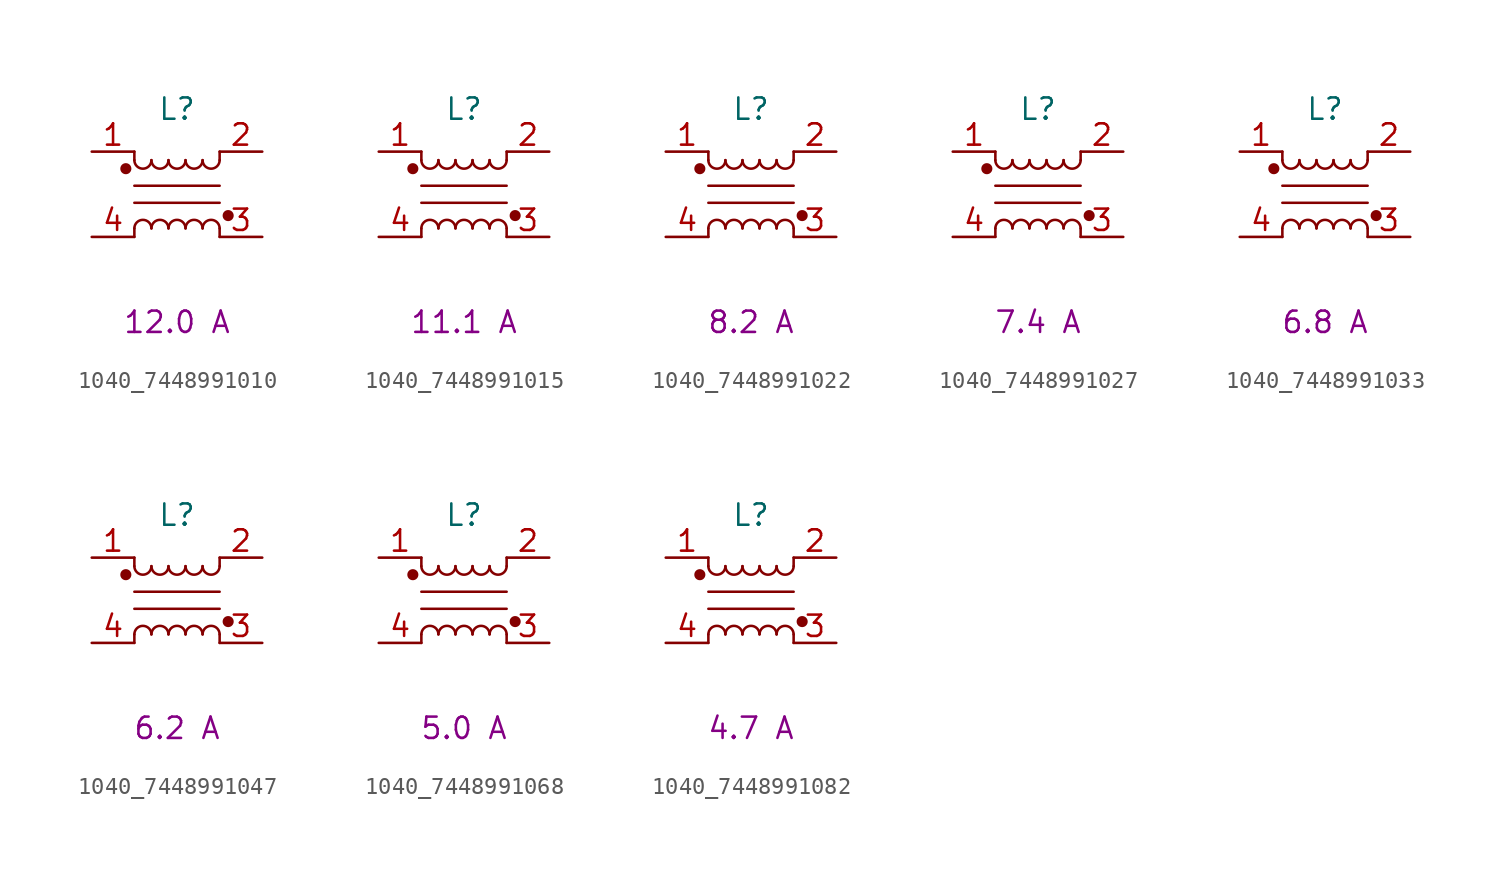
<source format=kicad_sym>
(kicad_symbol_lib
  (version 20220914)
  (generator kicad_symbol_editor)
  (symbol "1040_7448991010"
    (pin_names hide)
    (property "Reference" "L"
      (at 0 5.08 0)
      (effects (font (size 1.27 1.27))))
    (property "Critical Parameter" "12.0 A"
      (at 0 -7.62 0)
      (effects (font (size 1.27 1.27))))
    (symbol "1040_7448991010_0_1"
      (circle (center -3.048 1.524) (radius 0.254) (stroke (width 0) (type default)) (fill (type outline)))
      (arc (start -2.54 2.032) (mid -2.032 1.5262) (end -1.524 2.032) (stroke (width 0) (type default)) (fill (type none)))
      (arc (start -1.524 -2.032) (mid -2.032 -1.5262) (end -2.54 -2.032) (stroke (width 0) (type default)) (fill (type none)))
      (arc (start -1.524 2.032) (mid -1.016 1.5262) (end -0.508 2.032) (stroke (width 0) (type default)) (fill (type none)))
      (arc (start -0.508 -2.032) (mid -1.016 -1.5262) (end -1.524 -2.032) (stroke (width 0) (type default)) (fill (type none)))
      (arc (start -0.508 2.032) (mid 0 1.5262) (end 0.508 2.032) (stroke (width 0) (type default)) (fill (type none)))
      (polyline (pts (xy -2.54 -2.032) (xy -2.54 -2.54)) (stroke (width 0) (type default)) (fill (type none)))
      (polyline (pts (xy -2.54 0.508) (xy 2.54 0.508)) (stroke (width 0) (type default)) (fill (type none)))
      (polyline (pts (xy -2.54 2.032) (xy -2.54 2.54)) (stroke (width 0) (type default)) (fill (type none)))
      (polyline (pts (xy 2.54 -2.032) (xy 2.54 -2.54)) (stroke (width 0) (type default)) (fill (type none)))
      (polyline (pts (xy 2.54 -0.508) (xy -2.54 -0.508)) (stroke (width 0) (type default)) (fill (type none)))
      (polyline (pts (xy 2.54 2.54) (xy 2.54 2.032)) (stroke (width 0) (type default)) (fill (type none)))
      (arc (start 0.508 -2.032) (mid 0 -1.5262) (end -0.508 -2.032) (stroke (width 0) (type default)) (fill (type none)))
      (arc (start 0.508 2.032) (mid 1.016 1.5262) (end 1.524 2.032) (stroke (width 0) (type default)) (fill (type none)))
      (arc (start 1.524 -2.032) (mid 1.016 -1.5262) (end 0.508 -2.032) (stroke (width 0) (type default)) (fill (type none)))
      (arc (start 1.524 2.032) (mid 2.032 1.5262) (end 2.54 2.032) (stroke (width 0) (type default)) (fill (type none)))
      (arc (start 2.54 -2.032) (mid 2.032 -1.5262) (end 1.524 -2.032) (stroke (width 0) (type default)) (fill (type none)))
      (circle (center 3.048 -1.27) (radius 0.254) (stroke (width 0) (type default)) (fill (type outline))))
    (symbol "1040_7448991010_1_1"
      (pin passive line (at -5.08 2.54 0) (length 2.54) (name "1" (effects (font (size 1.27 1.27)))) (number "1" (effects (font (size 1.27 1.27)))))
      (pin passive line (at 5.08 2.54 180) (length 2.54) (name "2" (effects (font (size 1.27 1.27)))) (number "2" (effects (font (size 1.27 1.27)))))
      (pin passive line (at 5.08 -2.54 180) (length 2.54) (name "3" (effects (font (size 1.27 1.27)))) (number "3" (effects (font (size 1.27 1.27)))))
      (pin passive line (at -5.08 -2.54 0) (length 2.54) (name "4" (effects (font (size 1.27 1.27)))) (number "4" (effects (font (size 1.27 1.27)))))))
  (symbol "1040_7448991015"
    (pin_names hide)
    (property "Reference" "L"
      (at 0 5.08 0)
      (effects (font (size 1.27 1.27))))
    (property "Critical Parameter" "11.1 A"
      (at 0 -7.62 0)
      (effects (font (size 1.27 1.27))))
    (symbol "1040_7448991015_0_1"
      (circle (center -3.048 1.524) (radius 0.254) (stroke (width 0) (type default)) (fill (type outline)))
      (arc (start -2.54 2.032) (mid -2.032 1.5262) (end -1.524 2.032) (stroke (width 0) (type default)) (fill (type none)))
      (arc (start -1.524 -2.032) (mid -2.032 -1.5262) (end -2.54 -2.032) (stroke (width 0) (type default)) (fill (type none)))
      (arc (start -1.524 2.032) (mid -1.016 1.5262) (end -0.508 2.032) (stroke (width 0) (type default)) (fill (type none)))
      (arc (start -0.508 -2.032) (mid -1.016 -1.5262) (end -1.524 -2.032) (stroke (width 0) (type default)) (fill (type none)))
      (arc (start -0.508 2.032) (mid 0 1.5262) (end 0.508 2.032) (stroke (width 0) (type default)) (fill (type none)))
      (polyline (pts (xy -2.54 -2.032) (xy -2.54 -2.54)) (stroke (width 0) (type default)) (fill (type none)))
      (polyline (pts (xy -2.54 0.508) (xy 2.54 0.508)) (stroke (width 0) (type default)) (fill (type none)))
      (polyline (pts (xy -2.54 2.032) (xy -2.54 2.54)) (stroke (width 0) (type default)) (fill (type none)))
      (polyline (pts (xy 2.54 -2.032) (xy 2.54 -2.54)) (stroke (width 0) (type default)) (fill (type none)))
      (polyline (pts (xy 2.54 -0.508) (xy -2.54 -0.508)) (stroke (width 0) (type default)) (fill (type none)))
      (polyline (pts (xy 2.54 2.54) (xy 2.54 2.032)) (stroke (width 0) (type default)) (fill (type none)))
      (arc (start 0.508 -2.032) (mid 0 -1.5262) (end -0.508 -2.032) (stroke (width 0) (type default)) (fill (type none)))
      (arc (start 0.508 2.032) (mid 1.016 1.5262) (end 1.524 2.032) (stroke (width 0) (type default)) (fill (type none)))
      (arc (start 1.524 -2.032) (mid 1.016 -1.5262) (end 0.508 -2.032) (stroke (width 0) (type default)) (fill (type none)))
      (arc (start 1.524 2.032) (mid 2.032 1.5262) (end 2.54 2.032) (stroke (width 0) (type default)) (fill (type none)))
      (arc (start 2.54 -2.032) (mid 2.032 -1.5262) (end 1.524 -2.032) (stroke (width 0) (type default)) (fill (type none)))
      (circle (center 3.048 -1.27) (radius 0.254) (stroke (width 0) (type default)) (fill (type outline))))
    (symbol "1040_7448991015_1_1"
      (pin passive line (at -5.08 2.54 0) (length 2.54) (name "1" (effects (font (size 1.27 1.27)))) (number "1" (effects (font (size 1.27 1.27)))))
      (pin passive line (at 5.08 2.54 180) (length 2.54) (name "2" (effects (font (size 1.27 1.27)))) (number "2" (effects (font (size 1.27 1.27)))))
      (pin passive line (at 5.08 -2.54 180) (length 2.54) (name "3" (effects (font (size 1.27 1.27)))) (number "3" (effects (font (size 1.27 1.27)))))
      (pin passive line (at -5.08 -2.54 0) (length 2.54) (name "4" (effects (font (size 1.27 1.27)))) (number "4" (effects (font (size 1.27 1.27)))))))
  (symbol "1040_7448991022"
    (pin_names hide)
    (property "Reference" "L"
      (at 0 5.08 0)
      (effects (font (size 1.27 1.27))))
    (property "Critical Parameter" "8.2 A"
      (at 0 -7.62 0)
      (effects (font (size 1.27 1.27))))
    (symbol "1040_7448991022_0_1"
      (circle (center -3.048 1.524) (radius 0.254) (stroke (width 0) (type default)) (fill (type outline)))
      (arc (start -2.54 2.032) (mid -2.032 1.5262) (end -1.524 2.032) (stroke (width 0) (type default)) (fill (type none)))
      (arc (start -1.524 -2.032) (mid -2.032 -1.5262) (end -2.54 -2.032) (stroke (width 0) (type default)) (fill (type none)))
      (arc (start -1.524 2.032) (mid -1.016 1.5262) (end -0.508 2.032) (stroke (width 0) (type default)) (fill (type none)))
      (arc (start -0.508 -2.032) (mid -1.016 -1.5262) (end -1.524 -2.032) (stroke (width 0) (type default)) (fill (type none)))
      (arc (start -0.508 2.032) (mid 0 1.5262) (end 0.508 2.032) (stroke (width 0) (type default)) (fill (type none)))
      (polyline (pts (xy -2.54 -2.032) (xy -2.54 -2.54)) (stroke (width 0) (type default)) (fill (type none)))
      (polyline (pts (xy -2.54 0.508) (xy 2.54 0.508)) (stroke (width 0) (type default)) (fill (type none)))
      (polyline (pts (xy -2.54 2.032) (xy -2.54 2.54)) (stroke (width 0) (type default)) (fill (type none)))
      (polyline (pts (xy 2.54 -2.032) (xy 2.54 -2.54)) (stroke (width 0) (type default)) (fill (type none)))
      (polyline (pts (xy 2.54 -0.508) (xy -2.54 -0.508)) (stroke (width 0) (type default)) (fill (type none)))
      (polyline (pts (xy 2.54 2.54) (xy 2.54 2.032)) (stroke (width 0) (type default)) (fill (type none)))
      (arc (start 0.508 -2.032) (mid 0 -1.5262) (end -0.508 -2.032) (stroke (width 0) (type default)) (fill (type none)))
      (arc (start 0.508 2.032) (mid 1.016 1.5262) (end 1.524 2.032) (stroke (width 0) (type default)) (fill (type none)))
      (arc (start 1.524 -2.032) (mid 1.016 -1.5262) (end 0.508 -2.032) (stroke (width 0) (type default)) (fill (type none)))
      (arc (start 1.524 2.032) (mid 2.032 1.5262) (end 2.54 2.032) (stroke (width 0) (type default)) (fill (type none)))
      (arc (start 2.54 -2.032) (mid 2.032 -1.5262) (end 1.524 -2.032) (stroke (width 0) (type default)) (fill (type none)))
      (circle (center 3.048 -1.27) (radius 0.254) (stroke (width 0) (type default)) (fill (type outline))))
    (symbol "1040_7448991022_1_1"
      (pin passive line (at -5.08 2.54 0) (length 2.54) (name "1" (effects (font (size 1.27 1.27)))) (number "1" (effects (font (size 1.27 1.27)))))
      (pin passive line (at 5.08 2.54 180) (length 2.54) (name "2" (effects (font (size 1.27 1.27)))) (number "2" (effects (font (size 1.27 1.27)))))
      (pin passive line (at 5.08 -2.54 180) (length 2.54) (name "3" (effects (font (size 1.27 1.27)))) (number "3" (effects (font (size 1.27 1.27)))))
      (pin passive line (at -5.08 -2.54 0) (length 2.54) (name "4" (effects (font (size 1.27 1.27)))) (number "4" (effects (font (size 1.27 1.27)))))))
  (symbol "1040_7448991027"
    (pin_names hide)
    (property "Reference" "L"
      (at 0 5.08 0)
      (effects (font (size 1.27 1.27))))
    (property "Critical Parameter" "7.4 A"
      (at 0 -7.62 0)
      (effects (font (size 1.27 1.27))))
    (symbol "1040_7448991027_0_1"
      (circle (center -3.048 1.524) (radius 0.254) (stroke (width 0) (type default)) (fill (type outline)))
      (arc (start -2.54 2.032) (mid -2.032 1.5262) (end -1.524 2.032) (stroke (width 0) (type default)) (fill (type none)))
      (arc (start -1.524 -2.032) (mid -2.032 -1.5262) (end -2.54 -2.032) (stroke (width 0) (type default)) (fill (type none)))
      (arc (start -1.524 2.032) (mid -1.016 1.5262) (end -0.508 2.032) (stroke (width 0) (type default)) (fill (type none)))
      (arc (start -0.508 -2.032) (mid -1.016 -1.5262) (end -1.524 -2.032) (stroke (width 0) (type default)) (fill (type none)))
      (arc (start -0.508 2.032) (mid 0 1.5262) (end 0.508 2.032) (stroke (width 0) (type default)) (fill (type none)))
      (polyline (pts (xy -2.54 -2.032) (xy -2.54 -2.54)) (stroke (width 0) (type default)) (fill (type none)))
      (polyline (pts (xy -2.54 0.508) (xy 2.54 0.508)) (stroke (width 0) (type default)) (fill (type none)))
      (polyline (pts (xy -2.54 2.032) (xy -2.54 2.54)) (stroke (width 0) (type default)) (fill (type none)))
      (polyline (pts (xy 2.54 -2.032) (xy 2.54 -2.54)) (stroke (width 0) (type default)) (fill (type none)))
      (polyline (pts (xy 2.54 -0.508) (xy -2.54 -0.508)) (stroke (width 0) (type default)) (fill (type none)))
      (polyline (pts (xy 2.54 2.54) (xy 2.54 2.032)) (stroke (width 0) (type default)) (fill (type none)))
      (arc (start 0.508 -2.032) (mid 0 -1.5262) (end -0.508 -2.032) (stroke (width 0) (type default)) (fill (type none)))
      (arc (start 0.508 2.032) (mid 1.016 1.5262) (end 1.524 2.032) (stroke (width 0) (type default)) (fill (type none)))
      (arc (start 1.524 -2.032) (mid 1.016 -1.5262) (end 0.508 -2.032) (stroke (width 0) (type default)) (fill (type none)))
      (arc (start 1.524 2.032) (mid 2.032 1.5262) (end 2.54 2.032) (stroke (width 0) (type default)) (fill (type none)))
      (arc (start 2.54 -2.032) (mid 2.032 -1.5262) (end 1.524 -2.032) (stroke (width 0) (type default)) (fill (type none)))
      (circle (center 3.048 -1.27) (radius 0.254) (stroke (width 0) (type default)) (fill (type outline))))
    (symbol "1040_7448991027_1_1"
      (pin passive line (at -5.08 2.54 0) (length 2.54) (name "1" (effects (font (size 1.27 1.27)))) (number "1" (effects (font (size 1.27 1.27)))))
      (pin passive line (at 5.08 2.54 180) (length 2.54) (name "2" (effects (font (size 1.27 1.27)))) (number "2" (effects (font (size 1.27 1.27)))))
      (pin passive line (at 5.08 -2.54 180) (length 2.54) (name "3" (effects (font (size 1.27 1.27)))) (number "3" (effects (font (size 1.27 1.27)))))
      (pin passive line (at -5.08 -2.54 0) (length 2.54) (name "4" (effects (font (size 1.27 1.27)))) (number "4" (effects (font (size 1.27 1.27)))))))
  (symbol "1040_7448991033"
    (pin_names hide)
    (property "Reference" "L"
      (at 0 5.08 0)
      (effects (font (size 1.27 1.27))))
    (property "Critical Parameter" "6.8 A"
      (at 0 -7.62 0)
      (effects (font (size 1.27 1.27))))
    (symbol "1040_7448991033_0_1"
      (circle (center -3.048 1.524) (radius 0.254) (stroke (width 0) (type default)) (fill (type outline)))
      (arc (start -2.54 2.032) (mid -2.032 1.5262) (end -1.524 2.032) (stroke (width 0) (type default)) (fill (type none)))
      (arc (start -1.524 -2.032) (mid -2.032 -1.5262) (end -2.54 -2.032) (stroke (width 0) (type default)) (fill (type none)))
      (arc (start -1.524 2.032) (mid -1.016 1.5262) (end -0.508 2.032) (stroke (width 0) (type default)) (fill (type none)))
      (arc (start -0.508 -2.032) (mid -1.016 -1.5262) (end -1.524 -2.032) (stroke (width 0) (type default)) (fill (type none)))
      (arc (start -0.508 2.032) (mid 0 1.5262) (end 0.508 2.032) (stroke (width 0) (type default)) (fill (type none)))
      (polyline (pts (xy -2.54 -2.032) (xy -2.54 -2.54)) (stroke (width 0) (type default)) (fill (type none)))
      (polyline (pts (xy -2.54 0.508) (xy 2.54 0.508)) (stroke (width 0) (type default)) (fill (type none)))
      (polyline (pts (xy -2.54 2.032) (xy -2.54 2.54)) (stroke (width 0) (type default)) (fill (type none)))
      (polyline (pts (xy 2.54 -2.032) (xy 2.54 -2.54)) (stroke (width 0) (type default)) (fill (type none)))
      (polyline (pts (xy 2.54 -0.508) (xy -2.54 -0.508)) (stroke (width 0) (type default)) (fill (type none)))
      (polyline (pts (xy 2.54 2.54) (xy 2.54 2.032)) (stroke (width 0) (type default)) (fill (type none)))
      (arc (start 0.508 -2.032) (mid 0 -1.5262) (end -0.508 -2.032) (stroke (width 0) (type default)) (fill (type none)))
      (arc (start 0.508 2.032) (mid 1.016 1.5262) (end 1.524 2.032) (stroke (width 0) (type default)) (fill (type none)))
      (arc (start 1.524 -2.032) (mid 1.016 -1.5262) (end 0.508 -2.032) (stroke (width 0) (type default)) (fill (type none)))
      (arc (start 1.524 2.032) (mid 2.032 1.5262) (end 2.54 2.032) (stroke (width 0) (type default)) (fill (type none)))
      (arc (start 2.54 -2.032) (mid 2.032 -1.5262) (end 1.524 -2.032) (stroke (width 0) (type default)) (fill (type none)))
      (circle (center 3.048 -1.27) (radius 0.254) (stroke (width 0) (type default)) (fill (type outline))))
    (symbol "1040_7448991033_1_1"
      (pin passive line (at -5.08 2.54 0) (length 2.54) (name "1" (effects (font (size 1.27 1.27)))) (number "1" (effects (font (size 1.27 1.27)))))
      (pin passive line (at 5.08 2.54 180) (length 2.54) (name "2" (effects (font (size 1.27 1.27)))) (number "2" (effects (font (size 1.27 1.27)))))
      (pin passive line (at 5.08 -2.54 180) (length 2.54) (name "3" (effects (font (size 1.27 1.27)))) (number "3" (effects (font (size 1.27 1.27)))))
      (pin passive line (at -5.08 -2.54 0) (length 2.54) (name "4" (effects (font (size 1.27 1.27)))) (number "4" (effects (font (size 1.27 1.27)))))))
  (symbol "1040_7448991047"
    (pin_names hide)
    (property "Reference" "L"
      (at 0 5.08 0)
      (effects (font (size 1.27 1.27))))
    (property "Critical Parameter" "6.2 A"
      (at 0 -7.62 0)
      (effects (font (size 1.27 1.27))))
    (symbol "1040_7448991047_0_1"
      (circle (center -3.048 1.524) (radius 0.254) (stroke (width 0) (type default)) (fill (type outline)))
      (arc (start -2.54 2.032) (mid -2.032 1.5262) (end -1.524 2.032) (stroke (width 0) (type default)) (fill (type none)))
      (arc (start -1.524 -2.032) (mid -2.032 -1.5262) (end -2.54 -2.032) (stroke (width 0) (type default)) (fill (type none)))
      (arc (start -1.524 2.032) (mid -1.016 1.5262) (end -0.508 2.032) (stroke (width 0) (type default)) (fill (type none)))
      (arc (start -0.508 -2.032) (mid -1.016 -1.5262) (end -1.524 -2.032) (stroke (width 0) (type default)) (fill (type none)))
      (arc (start -0.508 2.032) (mid 0 1.5262) (end 0.508 2.032) (stroke (width 0) (type default)) (fill (type none)))
      (polyline (pts (xy -2.54 -2.032) (xy -2.54 -2.54)) (stroke (width 0) (type default)) (fill (type none)))
      (polyline (pts (xy -2.54 0.508) (xy 2.54 0.508)) (stroke (width 0) (type default)) (fill (type none)))
      (polyline (pts (xy -2.54 2.032) (xy -2.54 2.54)) (stroke (width 0) (type default)) (fill (type none)))
      (polyline (pts (xy 2.54 -2.032) (xy 2.54 -2.54)) (stroke (width 0) (type default)) (fill (type none)))
      (polyline (pts (xy 2.54 -0.508) (xy -2.54 -0.508)) (stroke (width 0) (type default)) (fill (type none)))
      (polyline (pts (xy 2.54 2.54) (xy 2.54 2.032)) (stroke (width 0) (type default)) (fill (type none)))
      (arc (start 0.508 -2.032) (mid 0 -1.5262) (end -0.508 -2.032) (stroke (width 0) (type default)) (fill (type none)))
      (arc (start 0.508 2.032) (mid 1.016 1.5262) (end 1.524 2.032) (stroke (width 0) (type default)) (fill (type none)))
      (arc (start 1.524 -2.032) (mid 1.016 -1.5262) (end 0.508 -2.032) (stroke (width 0) (type default)) (fill (type none)))
      (arc (start 1.524 2.032) (mid 2.032 1.5262) (end 2.54 2.032) (stroke (width 0) (type default)) (fill (type none)))
      (arc (start 2.54 -2.032) (mid 2.032 -1.5262) (end 1.524 -2.032) (stroke (width 0) (type default)) (fill (type none)))
      (circle (center 3.048 -1.27) (radius 0.254) (stroke (width 0) (type default)) (fill (type outline))))
    (symbol "1040_7448991047_1_1"
      (pin passive line (at -5.08 2.54 0) (length 2.54) (name "1" (effects (font (size 1.27 1.27)))) (number "1" (effects (font (size 1.27 1.27)))))
      (pin passive line (at 5.08 2.54 180) (length 2.54) (name "2" (effects (font (size 1.27 1.27)))) (number "2" (effects (font (size 1.27 1.27)))))
      (pin passive line (at 5.08 -2.54 180) (length 2.54) (name "3" (effects (font (size 1.27 1.27)))) (number "3" (effects (font (size 1.27 1.27)))))
      (pin passive line (at -5.08 -2.54 0) (length 2.54) (name "4" (effects (font (size 1.27 1.27)))) (number "4" (effects (font (size 1.27 1.27)))))))
  (symbol "1040_7448991068"
    (pin_names hide)
    (property "Reference" "L"
      (at 0 5.08 0)
      (effects (font (size 1.27 1.27))))
    (property "Critical Parameter" "5.0 A"
      (at 0 -7.62 0)
      (effects (font (size 1.27 1.27))))
    (symbol "1040_7448991068_0_1"
      (circle (center -3.048 1.524) (radius 0.254) (stroke (width 0) (type default)) (fill (type outline)))
      (arc (start -2.54 2.032) (mid -2.032 1.5262) (end -1.524 2.032) (stroke (width 0) (type default)) (fill (type none)))
      (arc (start -1.524 -2.032) (mid -2.032 -1.5262) (end -2.54 -2.032) (stroke (width 0) (type default)) (fill (type none)))
      (arc (start -1.524 2.032) (mid -1.016 1.5262) (end -0.508 2.032) (stroke (width 0) (type default)) (fill (type none)))
      (arc (start -0.508 -2.032) (mid -1.016 -1.5262) (end -1.524 -2.032) (stroke (width 0) (type default)) (fill (type none)))
      (arc (start -0.508 2.032) (mid 0 1.5262) (end 0.508 2.032) (stroke (width 0) (type default)) (fill (type none)))
      (polyline (pts (xy -2.54 -2.032) (xy -2.54 -2.54)) (stroke (width 0) (type default)) (fill (type none)))
      (polyline (pts (xy -2.54 0.508) (xy 2.54 0.508)) (stroke (width 0) (type default)) (fill (type none)))
      (polyline (pts (xy -2.54 2.032) (xy -2.54 2.54)) (stroke (width 0) (type default)) (fill (type none)))
      (polyline (pts (xy 2.54 -2.032) (xy 2.54 -2.54)) (stroke (width 0) (type default)) (fill (type none)))
      (polyline (pts (xy 2.54 -0.508) (xy -2.54 -0.508)) (stroke (width 0) (type default)) (fill (type none)))
      (polyline (pts (xy 2.54 2.54) (xy 2.54 2.032)) (stroke (width 0) (type default)) (fill (type none)))
      (arc (start 0.508 -2.032) (mid 0 -1.5262) (end -0.508 -2.032) (stroke (width 0) (type default)) (fill (type none)))
      (arc (start 0.508 2.032) (mid 1.016 1.5262) (end 1.524 2.032) (stroke (width 0) (type default)) (fill (type none)))
      (arc (start 1.524 -2.032) (mid 1.016 -1.5262) (end 0.508 -2.032) (stroke (width 0) (type default)) (fill (type none)))
      (arc (start 1.524 2.032) (mid 2.032 1.5262) (end 2.54 2.032) (stroke (width 0) (type default)) (fill (type none)))
      (arc (start 2.54 -2.032) (mid 2.032 -1.5262) (end 1.524 -2.032) (stroke (width 0) (type default)) (fill (type none)))
      (circle (center 3.048 -1.27) (radius 0.254) (stroke (width 0) (type default)) (fill (type outline))))
    (symbol "1040_7448991068_1_1"
      (pin passive line (at -5.08 2.54 0) (length 2.54) (name "1" (effects (font (size 1.27 1.27)))) (number "1" (effects (font (size 1.27 1.27)))))
      (pin passive line (at 5.08 2.54 180) (length 2.54) (name "2" (effects (font (size 1.27 1.27)))) (number "2" (effects (font (size 1.27 1.27)))))
      (pin passive line (at 5.08 -2.54 180) (length 2.54) (name "3" (effects (font (size 1.27 1.27)))) (number "3" (effects (font (size 1.27 1.27)))))
      (pin passive line (at -5.08 -2.54 0) (length 2.54) (name "4" (effects (font (size 1.27 1.27)))) (number "4" (effects (font (size 1.27 1.27)))))))
  (symbol "1040_7448991082"
    (pin_names hide)
    (property "Reference" "L"
      (at 0 5.08 0)
      (effects (font (size 1.27 1.27))))
    (property "Critical Parameter" "4.7 A"
      (at 0 -7.62 0)
      (effects (font (size 1.27 1.27))))
    (symbol "1040_7448991082_0_1"
      (circle (center -3.048 1.524) (radius 0.254) (stroke (width 0) (type default)) (fill (type outline)))
      (arc (start -2.54 2.032) (mid -2.032 1.5262) (end -1.524 2.032) (stroke (width 0) (type default)) (fill (type none)))
      (arc (start -1.524 -2.032) (mid -2.032 -1.5262) (end -2.54 -2.032) (stroke (width 0) (type default)) (fill (type none)))
      (arc (start -1.524 2.032) (mid -1.016 1.5262) (end -0.508 2.032) (stroke (width 0) (type default)) (fill (type none)))
      (arc (start -0.508 -2.032) (mid -1.016 -1.5262) (end -1.524 -2.032) (stroke (width 0) (type default)) (fill (type none)))
      (arc (start -0.508 2.032) (mid 0 1.5262) (end 0.508 2.032) (stroke (width 0) (type default)) (fill (type none)))
      (polyline (pts (xy -2.54 -2.032) (xy -2.54 -2.54)) (stroke (width 0) (type default)) (fill (type none)))
      (polyline (pts (xy -2.54 0.508) (xy 2.54 0.508)) (stroke (width 0) (type default)) (fill (type none)))
      (polyline (pts (xy -2.54 2.032) (xy -2.54 2.54)) (stroke (width 0) (type default)) (fill (type none)))
      (polyline (pts (xy 2.54 -2.032) (xy 2.54 -2.54)) (stroke (width 0) (type default)) (fill (type none)))
      (polyline (pts (xy 2.54 -0.508) (xy -2.54 -0.508)) (stroke (width 0) (type default)) (fill (type none)))
      (polyline (pts (xy 2.54 2.54) (xy 2.54 2.032)) (stroke (width 0) (type default)) (fill (type none)))
      (arc (start 0.508 -2.032) (mid 0 -1.5262) (end -0.508 -2.032) (stroke (width 0) (type default)) (fill (type none)))
      (arc (start 0.508 2.032) (mid 1.016 1.5262) (end 1.524 2.032) (stroke (width 0) (type default)) (fill (type none)))
      (arc (start 1.524 -2.032) (mid 1.016 -1.5262) (end 0.508 -2.032) (stroke (width 0) (type default)) (fill (type none)))
      (arc (start 1.524 2.032) (mid 2.032 1.5262) (end 2.54 2.032) (stroke (width 0) (type default)) (fill (type none)))
      (arc (start 2.54 -2.032) (mid 2.032 -1.5262) (end 1.524 -2.032) (stroke (width 0) (type default)) (fill (type none)))
      (circle (center 3.048 -1.27) (radius 0.254) (stroke (width 0) (type default)) (fill (type outline))))
    (symbol "1040_7448991082_1_1"
      (pin passive line (at -5.08 2.54 0) (length 2.54) (name "1" (effects (font (size 1.27 1.27)))) (number "1" (effects (font (size 1.27 1.27)))))
      (pin passive line (at 5.08 2.54 180) (length 2.54) (name "2" (effects (font (size 1.27 1.27)))) (number "2" (effects (font (size 1.27 1.27)))))
      (pin passive line (at 5.08 -2.54 180) (length 2.54) (name "3" (effects (font (size 1.27 1.27)))) (number "3" (effects (font (size 1.27 1.27)))))
      (pin passive line (at -5.08 -2.54 0) (length 2.54) (name "4" (effects (font (size 1.27 1.27)))) (number "4" (effects (font (size 1.27 1.27))))))))
</source>
